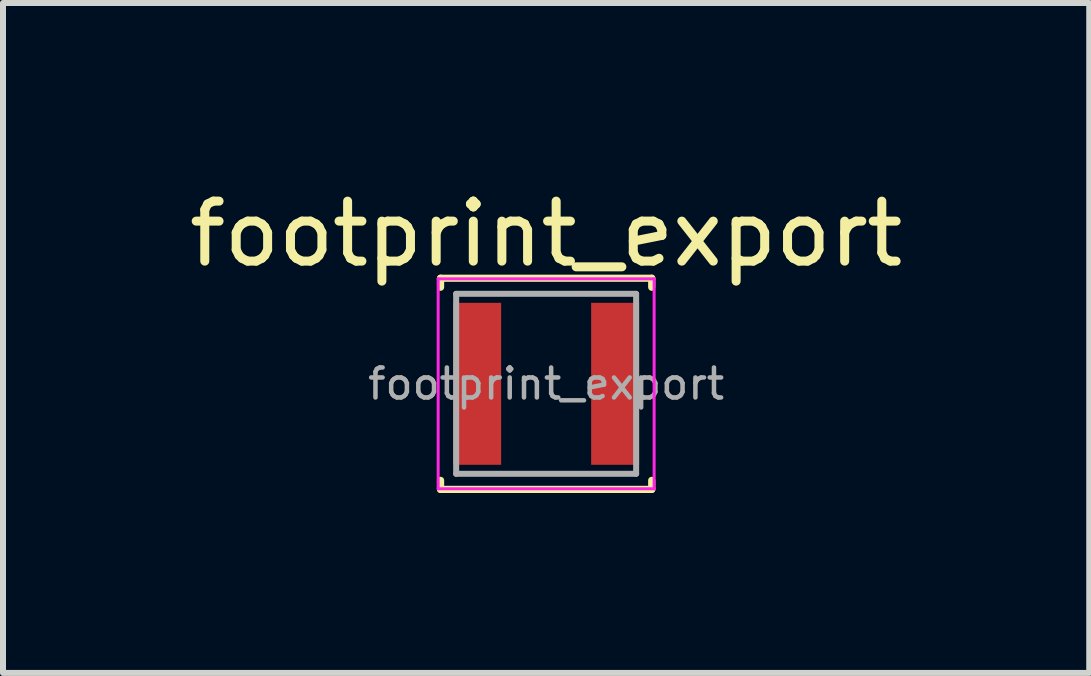
<source format=kicad_pcb>
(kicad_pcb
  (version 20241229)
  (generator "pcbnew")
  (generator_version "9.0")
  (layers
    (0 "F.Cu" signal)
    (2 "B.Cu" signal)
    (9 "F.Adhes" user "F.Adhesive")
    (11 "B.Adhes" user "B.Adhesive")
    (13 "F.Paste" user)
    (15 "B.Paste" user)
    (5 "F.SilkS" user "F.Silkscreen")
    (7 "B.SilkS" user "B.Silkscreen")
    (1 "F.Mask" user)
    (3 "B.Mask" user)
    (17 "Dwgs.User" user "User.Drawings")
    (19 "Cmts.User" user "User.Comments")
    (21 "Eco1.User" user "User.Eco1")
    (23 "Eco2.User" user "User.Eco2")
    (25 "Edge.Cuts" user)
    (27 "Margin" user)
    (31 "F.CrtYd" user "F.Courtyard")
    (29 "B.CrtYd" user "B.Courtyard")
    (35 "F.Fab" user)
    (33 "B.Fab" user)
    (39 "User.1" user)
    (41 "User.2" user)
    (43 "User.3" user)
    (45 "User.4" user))
  (footprint "footprint_export"
    (layer "F.Cu")
    (at 6.054 3.348)
    (property "Reference" "footprint_export" (at 0 -2.5 0) (layer "F.SilkS") (effects (font (size 1 1) (thickness 0.15))))
    (attr smd)
    (fp_line (start -1.76 -1.76) (end -1.76 -1.61) (stroke (width 0.12) (type solid)) (layer "F.SilkS"))
    (fp_line (start -1.76 -1.76) (end 1.76 -1.76) (stroke (width 0.12) (type solid)) (layer "F.SilkS"))
    (fp_line (start -1.76 1.76) (end -1.76 1.61) (stroke (width 0.12) (type solid)) (layer "F.SilkS"))
    (fp_line (start -1.76 1.76) (end 1.76 1.76) (stroke (width 0.12) (type solid)) (layer "F.SilkS"))
    (fp_line (start 1.76 -1.76) (end 1.76 -1.61) (stroke (width 0.12) (type solid)) (layer "F.SilkS"))
    (fp_line (start 1.76 1.76) (end 1.76 1.61) (stroke (width 0.12) (type solid)) (layer "F.SilkS"))
    (fp_line (start -1.8 -1.75) (end -1.8 1.75) (stroke (width 0.05) (type solid)) (layer "F.CrtYd"))
    (fp_line (start -1.8 1.75) (end 1.8 1.75) (stroke (width 0.05) (type solid)) (layer "F.CrtYd"))
    (fp_line (start 1.8 -1.75) (end -1.8 -1.75) (stroke (width 0.05) (type solid)) (layer "F.CrtYd"))
    (fp_line (start 1.8 1.75) (end 1.8 -1.75) (stroke (width 0.05) (type solid)) (layer "F.CrtYd"))
    (fp_line (start -1.5 -1.5) (end -1.5 1.5) (stroke (width 0.1) (type solid)) (layer "F.Fab"))
    (fp_line (start -1.5 1.5) (end 1.5 1.5) (stroke (width 0.1) (type solid)) (layer "F.Fab"))
    (fp_line (start 1.5 -1.5) (end -1.5 -1.5) (stroke (width 0.1) (type solid)) (layer "F.Fab"))
    (fp_line (start 1.5 1.5) (end 1.5 -1.5) (stroke (width 0.1) (type solid)) (layer "F.Fab"))
    (fp_text user "${REFERENCE}" (at 0 0 0) (layer "F.Fab") (effects (font (size 0.5 0.5) (thickness 0.075))))
    (pad "1" smd rect (at -1.15 0) (size 0.8 2.7) (layers "F.Cu" "F.Mask" "F.Paste"))
    (pad "2" smd rect (at 1.15 0) (size 0.8 2.7) (layers "F.Cu" "F.Mask" "F.Paste")))
  (gr_rect
    (start -3 -3)
    (end 15.107 8.168)
    (stroke (width 0.1) (type default))
    (fill no)
    (layer "Edge.Cuts")))
</source>
